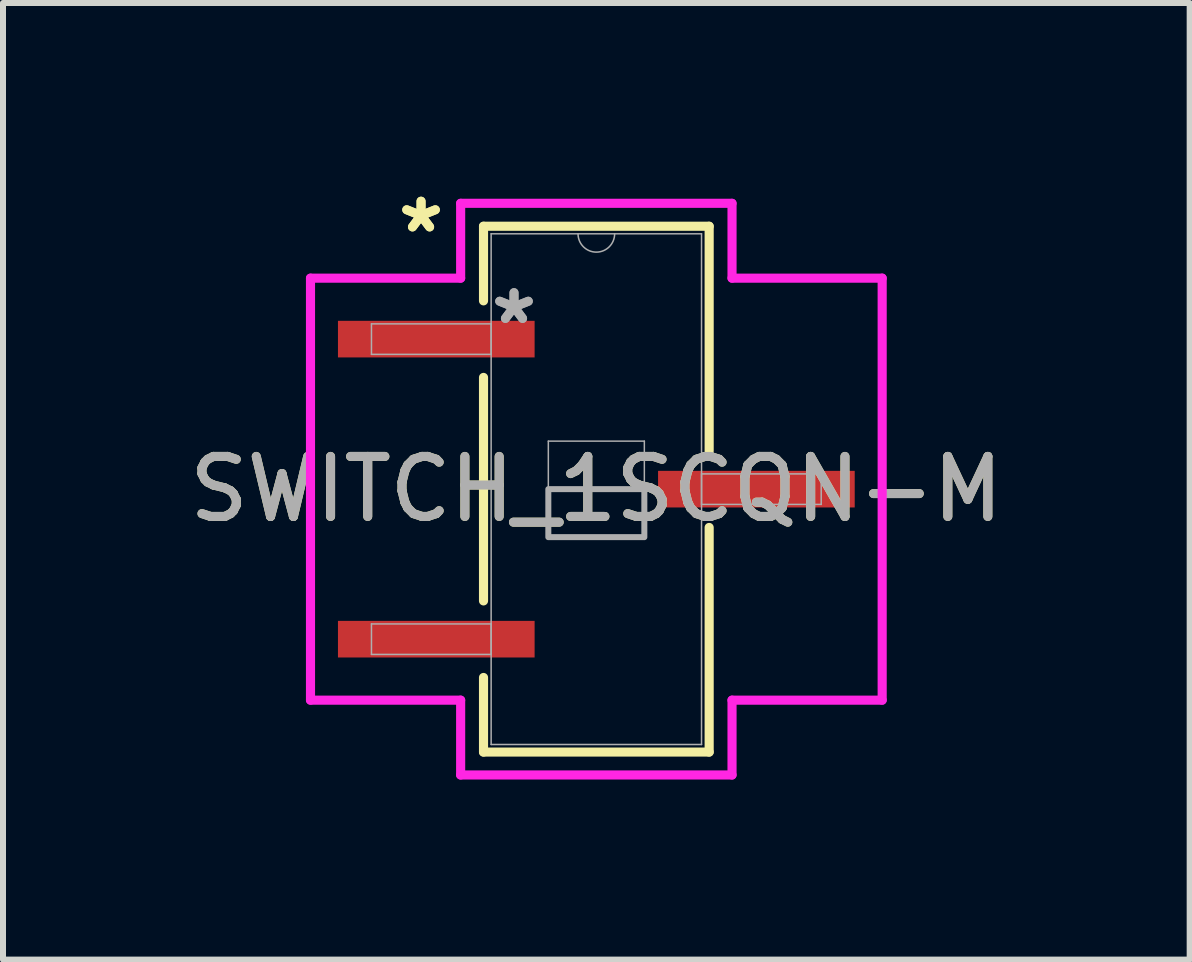
<source format=kicad_pcb>
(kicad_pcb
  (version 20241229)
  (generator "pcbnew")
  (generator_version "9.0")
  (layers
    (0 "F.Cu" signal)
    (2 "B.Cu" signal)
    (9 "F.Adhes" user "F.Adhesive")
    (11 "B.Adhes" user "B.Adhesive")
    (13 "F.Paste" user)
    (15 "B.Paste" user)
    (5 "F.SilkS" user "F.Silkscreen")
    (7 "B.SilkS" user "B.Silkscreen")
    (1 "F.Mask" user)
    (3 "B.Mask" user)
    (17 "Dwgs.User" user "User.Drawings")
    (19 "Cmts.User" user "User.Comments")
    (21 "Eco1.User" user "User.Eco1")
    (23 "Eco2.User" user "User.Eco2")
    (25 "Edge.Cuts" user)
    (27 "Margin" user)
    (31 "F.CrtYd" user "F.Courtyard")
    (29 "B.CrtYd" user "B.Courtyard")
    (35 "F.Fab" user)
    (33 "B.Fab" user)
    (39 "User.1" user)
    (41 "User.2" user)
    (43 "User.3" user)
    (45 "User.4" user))
  (footprint "SWITCH_1SCQN-M"
    (layer "F.Cu")
    (at 6.887 5.101)
    (property "Reference" "SWITCH_1SCQN-M" (at 0 0 0) (unlocked yes) (layer "F.SilkS") (effects (font (size 1 1) (thickness 0.15))))
    (attr smd)
    (fp_line (start -1.88 -4.381) (end -1.88 -3.138) (stroke (width 0.152) (type solid)) (layer "F.SilkS"))
    (fp_line (start -1.88 -1.862) (end -1.88 1.862) (stroke (width 0.152) (type solid)) (layer "F.SilkS"))
    (fp_line (start -1.88 3.138) (end -1.88 4.381) (stroke (width 0.152) (type solid)) (layer "F.SilkS"))
    (fp_line (start -1.88 4.381) (end 1.88 4.381) (stroke (width 0.152) (type solid)) (layer "F.SilkS"))
    (fp_line (start 1.88 -4.381) (end -1.88 -4.381) (stroke (width 0.152) (type solid)) (layer "F.SilkS"))
    (fp_line (start 1.88 -0.638) (end 1.88 -4.381) (stroke (width 0.152) (type solid)) (layer "F.SilkS"))
    (fp_line (start 1.88 4.381) (end 1.88 0.638) (stroke (width 0.152) (type solid)) (layer "F.SilkS"))
    (fp_line (start -4.763 -3.516) (end -2.261 -3.516) (stroke (width 0.152) (type solid)) (layer "F.CrtYd"))
    (fp_line (start -4.763 3.516) (end -4.763 -3.516) (stroke (width 0.152) (type solid)) (layer "F.CrtYd"))
    (fp_line (start -2.261 -4.763) (end 2.261 -4.763) (stroke (width 0.152) (type solid)) (layer "F.CrtYd"))
    (fp_line (start -2.261 -3.516) (end -2.261 -4.763) (stroke (width 0.152) (type solid)) (layer "F.CrtYd"))
    (fp_line (start -2.261 3.516) (end -4.763 3.516) (stroke (width 0.152) (type solid)) (layer "F.CrtYd"))
    (fp_line (start -2.261 4.763) (end -2.261 3.516) (stroke (width 0.152) (type solid)) (layer "F.CrtYd"))
    (fp_line (start 2.261 -4.763) (end 2.261 -3.516) (stroke (width 0.152) (type solid)) (layer "F.CrtYd"))
    (fp_line (start 2.261 -3.516) (end 4.763 -3.516) (stroke (width 0.152) (type solid)) (layer "F.CrtYd"))
    (fp_line (start 2.261 3.516) (end 2.261 4.763) (stroke (width 0.152) (type solid)) (layer "F.CrtYd"))
    (fp_line (start 2.261 4.763) (end -2.261 4.763) (stroke (width 0.152) (type solid)) (layer "F.CrtYd"))
    (fp_line (start 4.763 -3.516) (end 4.763 3.516) (stroke (width 0.152) (type solid)) (layer "F.CrtYd"))
    (fp_line (start 4.763 3.516) (end 2.261 3.516) (stroke (width 0.152) (type solid)) (layer "F.CrtYd"))
    (fp_line (start -3.747 -2.754) (end -3.747 -2.246) (stroke (width 0.025) (type solid)) (layer "F.Fab"))
    (fp_line (start -3.747 -2.246) (end -1.753 -2.246) (stroke (width 0.025) (type solid)) (layer "F.Fab"))
    (fp_line (start -3.747 2.246) (end -3.747 2.754) (stroke (width 0.025) (type solid)) (layer "F.Fab"))
    (fp_line (start -3.747 2.754) (end -1.753 2.754) (stroke (width 0.025) (type solid)) (layer "F.Fab"))
    (fp_line (start -1.753 -4.255) (end -1.753 4.255) (stroke (width 0.025) (type solid)) (layer "F.Fab"))
    (fp_line (start -1.753 -2.754) (end -3.747 -2.754) (stroke (width 0.025) (type solid)) (layer "F.Fab"))
    (fp_line (start -1.753 -2.246) (end -1.753 -2.754) (stroke (width 0.025) (type solid)) (layer "F.Fab"))
    (fp_line (start -1.753 2.246) (end -3.747 2.246) (stroke (width 0.025) (type solid)) (layer "F.Fab"))
    (fp_line (start -1.753 2.754) (end -1.753 2.246) (stroke (width 0.025) (type solid)) (layer "F.Fab"))
    (fp_line (start -1.753 4.255) (end 1.753 4.255) (stroke (width 0.025) (type solid)) (layer "F.Fab"))
    (fp_line (start -0.8 -0.8) (end 0.8 -0.8) (stroke (width 0.025) (type solid)) (layer "F.Fab"))
    (fp_line (start -0.8 0.8) (end -0.8 -0.8) (stroke (width 0.025) (type solid)) (layer "F.Fab"))
    (fp_line (start 0.8 -0.8) (end 0.8 0.8) (stroke (width 0.025) (type solid)) (layer "F.Fab"))
    (fp_line (start 0.8 0.8) (end -0.8 0.8) (stroke (width 0.025) (type solid)) (layer "F.Fab"))
    (fp_line (start 1.753 -4.255) (end -1.753 -4.255) (stroke (width 0.025) (type solid)) (layer "F.Fab"))
    (fp_line (start 1.753 -0.254) (end 1.753 0.254) (stroke (width 0.025) (type solid)) (layer "F.Fab"))
    (fp_line (start 1.753 0.254) (end 3.747 0.254) (stroke (width 0.025) (type solid)) (layer "F.Fab"))
    (fp_line (start 1.753 4.255) (end 1.753 -4.255) (stroke (width 0.025) (type solid)) (layer "F.Fab"))
    (fp_line (start 3.747 -0.254) (end 1.753 -0.254) (stroke (width 0.025) (type solid)) (layer "F.Fab"))
    (fp_line (start 3.747 0.254) (end 3.747 -0.254) (stroke (width 0.025) (type solid)) (layer "F.Fab"))
    (fp_arc (start 0.3048 -4.2545) (mid 0 -3.9497) (end -0.3048 -4.2545) (stroke (width 0.0254) (type solid)) (layer "F.Fab"))
    (fp_poly (pts (xy -0.8 0.8) (xy -0.8 0) (xy 0.8 0) (xy 0.8 0.8)) (stroke (width 0.1) (type solid)) (fill no) (layer "F.Fab"))
    (fp_text user "*" (at -2.921 -4.253 0) (layer "F.SilkS") (effects (font (size 1 1) (thickness 0.15))))
    (fp_text user "*" (at -2.921 -4.253 0) (unlocked yes) (layer "F.SilkS") (effects (font (size 1 1) (thickness 0.15))))
    (fp_text user "*" (at -1.372 -2.729 0) (unlocked yes) (layer "F.Fab") (effects (font (size 1 1) (thickness 0.15))))
    (fp_text user "*" (at -1.372 -2.729 0) (layer "F.Fab") (effects (font (size 1 1) (thickness 0.15))))
    (fp_text user "${REFERENCE}" (at 0 0 0) (unlocked yes) (layer "F.Fab") (effects (font (size 1 1) (thickness 0.15))))
    (pad "1" smd rect (at -2.667 -2.5) (size 3.277 0.61) (layers "F.Cu" "F.Mask" "F.Paste"))
    (pad "2" smd rect (at 2.667 0) (size 3.277 0.61) (layers "F.Cu" "F.Mask" "F.Paste"))
    (pad "3" smd rect (at -2.667 2.5) (size 3.277 0.61) (layers "F.Cu" "F.Mask" "F.Paste")))
  (gr_rect
    (start -3 -3)
    (end 16.774 12.94)
    (stroke (width 0.1) (type default))
    (fill no)
    (layer "Edge.Cuts")))
</source>
